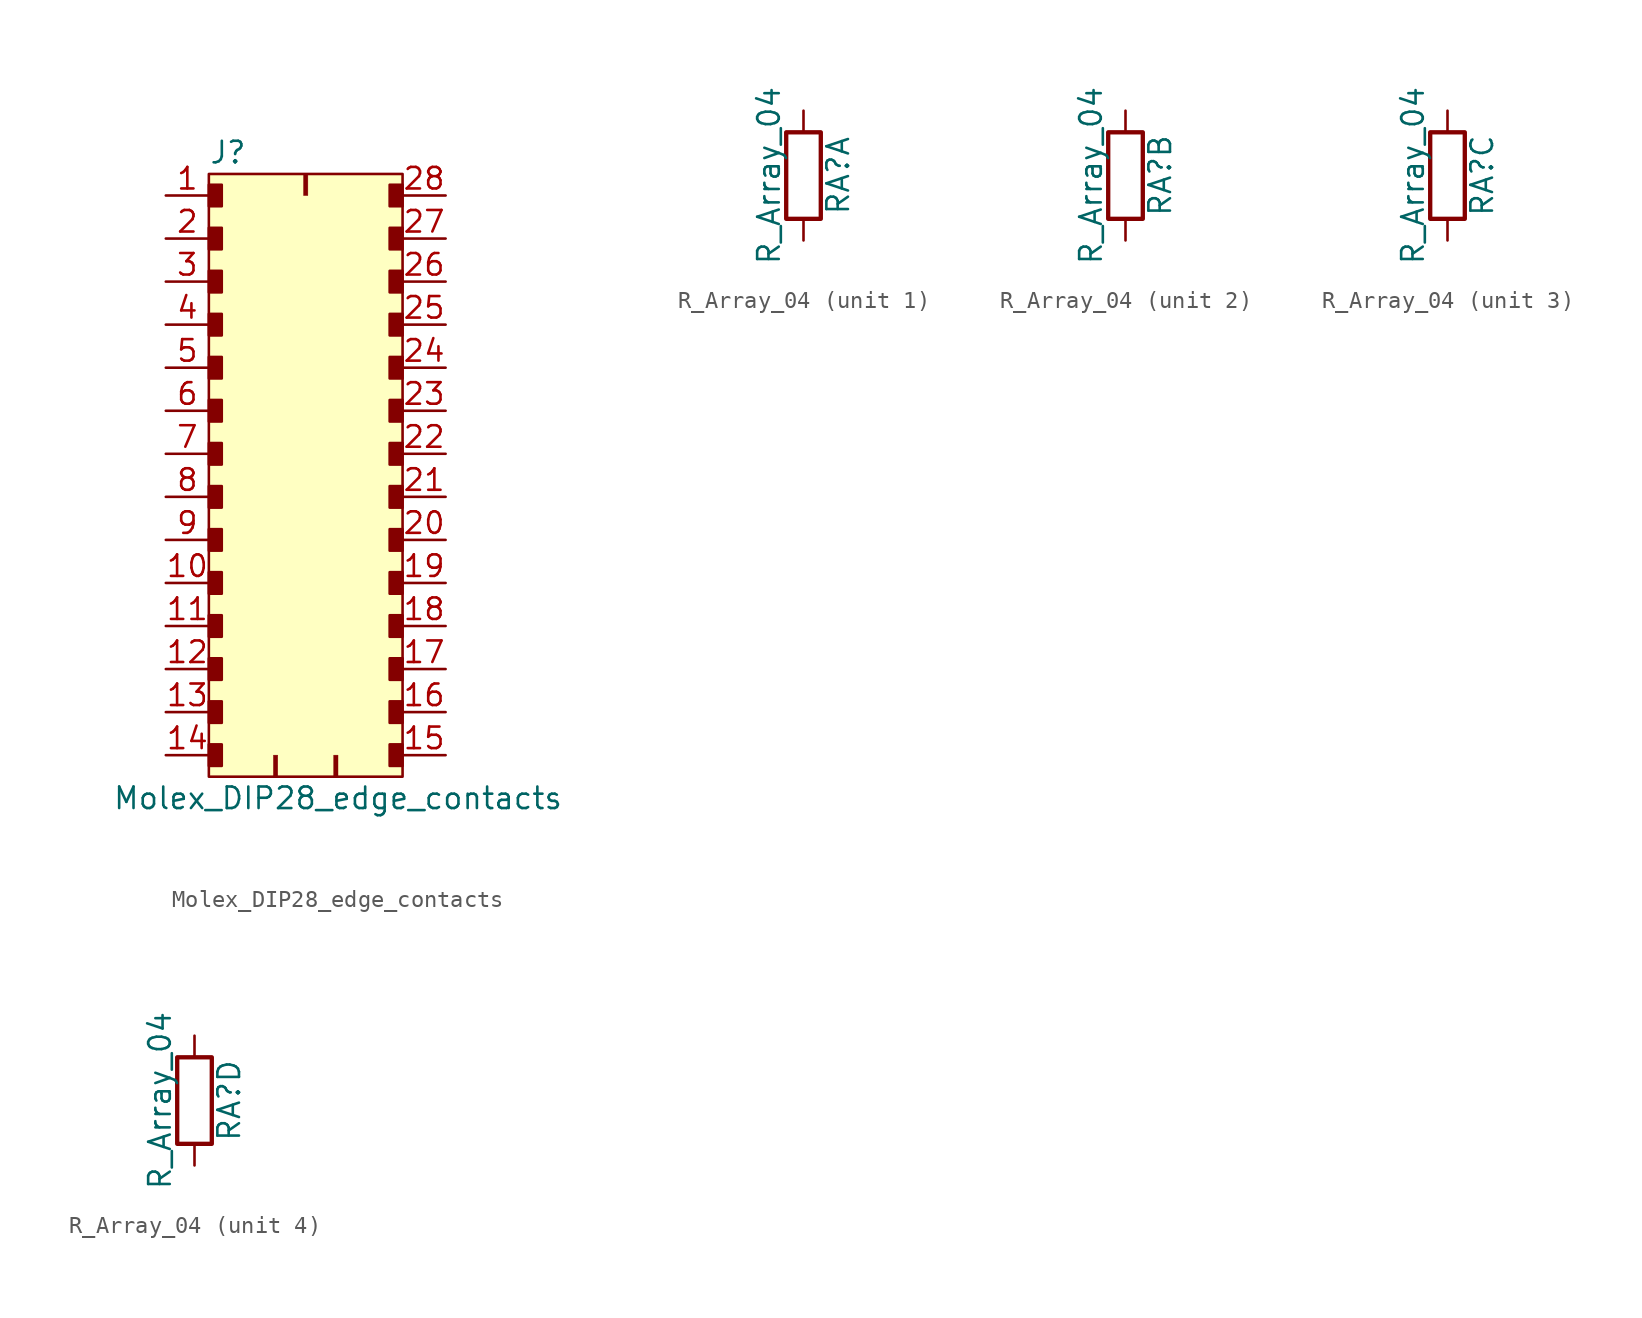
<source format=kicad_sym>
(kicad_symbol_lib
  (version 20220914)
  (generator kicad_symbol_editor)
  (symbol "Molex_DIP28_edge_contacts"
    (pin_names
      (offset 1.016))
    (property "Reference" "J"
      (at -7.62 19.05 0)
      (effects (font (size 1.27 1.27)) (justify left)))
    (property "Value" "Molex_DIP28_edge_contacts"
      (at 0 -19.05 0)
      (effects (font (size 1.27 1.27))))
    (symbol "Molex_DIP28_edge_contacts_0_1"
      (rectangle (start -3.81 -17.78) (end -3.556 -16.51) (stroke (width 0.025) (type default)) (fill (type outline)))
      (rectangle (start -2.032 17.78) (end -1.778 16.51) (stroke (width 0.025) (type default)) (fill (type outline)))
      (rectangle (start 0 -17.78) (end -0.254 -16.51) (stroke (width 0.025) (type default)) (fill (type outline))))
    (symbol "Molex_DIP28_edge_contacts_1_1"
      (rectangle (start -7.62 -15.875) (end -6.858 -17.145) (stroke (width 0) (type default)) (fill (type outline)))
      (rectangle (start -7.62 -13.335) (end -6.858 -14.605) (stroke (width 0) (type default)) (fill (type outline)))
      (rectangle (start -7.62 -10.795) (end -6.858 -12.065) (stroke (width 0) (type default)) (fill (type outline)))
      (rectangle (start -7.62 -8.255) (end -6.858 -9.525) (stroke (width 0) (type default)) (fill (type outline)))
      (rectangle (start -7.62 -5.715) (end -6.858 -6.985) (stroke (width 0) (type default)) (fill (type outline)))
      (rectangle (start -7.62 -3.175) (end -6.858 -4.445) (stroke (width 0) (type default)) (fill (type outline)))
      (rectangle (start -7.62 -0.635) (end -6.858 -1.905) (stroke (width 0) (type default)) (fill (type outline)))
      (rectangle (start -7.62 1.905) (end -6.858 0.635) (stroke (width 0) (type default)) (fill (type outline)))
      (rectangle (start -7.62 4.445) (end -6.858 3.175) (stroke (width 0) (type default)) (fill (type outline)))
      (rectangle (start -7.62 6.985) (end -6.858 5.715) (stroke (width 0) (type default)) (fill (type outline)))
      (rectangle (start -7.62 9.525) (end -6.858 8.255) (stroke (width 0) (type default)) (fill (type outline)))
      (rectangle (start -7.62 12.065) (end -6.858 10.795) (stroke (width 0) (type default)) (fill (type outline)))
      (rectangle (start -7.62 14.605) (end -6.858 13.335) (stroke (width 0) (type default)) (fill (type outline)))
      (rectangle (start -7.62 17.145) (end -6.858 15.875) (stroke (width 0) (type default)) (fill (type outline)))
      (rectangle (start -7.62 17.78) (end 3.81 -17.78) (stroke (width 0) (type default)) (fill (type background)))
      (rectangle (start 3.048 -15.875) (end 3.81 -17.145) (stroke (width 0) (type default)) (fill (type outline)))
      (rectangle (start 3.048 -13.335) (end 3.81 -14.605) (stroke (width 0) (type default)) (fill (type outline)))
      (rectangle (start 3.048 -10.795) (end 3.81 -12.065) (stroke (width 0) (type default)) (fill (type outline)))
      (rectangle (start 3.048 -8.255) (end 3.81 -9.525) (stroke (width 0) (type default)) (fill (type outline)))
      (rectangle (start 3.048 -5.715) (end 3.81 -6.985) (stroke (width 0) (type default)) (fill (type outline)))
      (rectangle (start 3.048 -3.175) (end 3.81 -4.445) (stroke (width 0) (type default)) (fill (type outline)))
      (rectangle (start 3.048 -0.635) (end 3.81 -1.905) (stroke (width 0) (type default)) (fill (type outline)))
      (rectangle (start 3.048 1.905) (end 3.81 0.635) (stroke (width 0) (type default)) (fill (type outline)))
      (rectangle (start 3.048 4.445) (end 3.81 3.175) (stroke (width 0) (type default)) (fill (type outline)))
      (rectangle (start 3.048 6.985) (end 3.81 5.715) (stroke (width 0) (type default)) (fill (type outline)))
      (rectangle (start 3.048 9.525) (end 3.81 8.255) (stroke (width 0) (type default)) (fill (type outline)))
      (rectangle (start 3.048 12.065) (end 3.81 10.795) (stroke (width 0) (type default)) (fill (type outline)))
      (rectangle (start 3.048 14.605) (end 3.81 13.335) (stroke (width 0) (type default)) (fill (type outline)))
      (rectangle (start 3.048 17.145) (end 3.81 15.875) (stroke (width 0) (type default)) (fill (type outline)))
      (pin passive line (at -10.16 16.51 0) (length 2.54) (name "~" (effects (font (size 1.27 1.27)))) (number "1" (effects (font (size 1.27 1.27)))))
      (pin passive line (at -10.16 -6.35 0) (length 2.54) (name "~" (effects (font (size 1.27 1.27)))) (number "10" (effects (font (size 1.27 1.27)))))
      (pin passive line (at -10.16 -8.89 0) (length 2.54) (name "~" (effects (font (size 1.27 1.27)))) (number "11" (effects (font (size 1.27 1.27)))))
      (pin passive line (at -10.16 -11.43 0) (length 2.54) (name "~" (effects (font (size 1.27 1.27)))) (number "12" (effects (font (size 1.27 1.27)))))
      (pin passive line (at -10.16 -13.97 0) (length 2.54) (name "~" (effects (font (size 1.27 1.27)))) (number "13" (effects (font (size 1.27 1.27)))))
      (pin passive line (at -10.16 -16.51 0) (length 2.54) (name "~" (effects (font (size 1.27 1.27)))) (number "14" (effects (font (size 1.27 1.27)))))
      (pin passive line (at 6.35 -16.51 180) (length 2.54) (name "~" (effects (font (size 1.27 1.27)))) (number "15" (effects (font (size 1.27 1.27)))))
      (pin passive line (at 6.35 -13.97 180) (length 2.54) (name "~" (effects (font (size 1.27 1.27)))) (number "16" (effects (font (size 1.27 1.27)))))
      (pin passive line (at 6.35 -11.43 180) (length 2.54) (name "~" (effects (font (size 1.27 1.27)))) (number "17" (effects (font (size 1.27 1.27)))))
      (pin passive line (at 6.35 -8.89 180) (length 2.54) (name "~" (effects (font (size 1.27 1.27)))) (number "18" (effects (font (size 1.27 1.27)))))
      (pin passive line (at 6.35 -6.35 180) (length 2.54) (name "~" (effects (font (size 1.27 1.27)))) (number "19" (effects (font (size 1.27 1.27)))))
      (pin passive line (at -10.16 13.97 0) (length 2.54) (name "~" (effects (font (size 1.27 1.27)))) (number "2" (effects (font (size 1.27 1.27)))))
      (pin passive line (at 6.35 -3.81 180) (length 2.54) (name "~" (effects (font (size 1.27 1.27)))) (number "20" (effects (font (size 1.27 1.27)))))
      (pin passive line (at 6.35 -1.27 180) (length 2.54) (name "~" (effects (font (size 1.27 1.27)))) (number "21" (effects (font (size 1.27 1.27)))))
      (pin passive line (at 6.35 1.27 180) (length 2.54) (name "~" (effects (font (size 1.27 1.27)))) (number "22" (effects (font (size 1.27 1.27)))))
      (pin passive line (at 6.35 3.81 180) (length 2.54) (name "~" (effects (font (size 1.27 1.27)))) (number "23" (effects (font (size 1.27 1.27)))))
      (pin passive line (at 6.35 6.35 180) (length 2.54) (name "~" (effects (font (size 1.27 1.27)))) (number "24" (effects (font (size 1.27 1.27)))))
      (pin passive line (at 6.35 8.89 180) (length 2.54) (name "~" (effects (font (size 1.27 1.27)))) (number "25" (effects (font (size 1.27 1.27)))))
      (pin passive line (at 6.35 11.43 180) (length 2.54) (name "~" (effects (font (size 1.27 1.27)))) (number "26" (effects (font (size 1.27 1.27)))))
      (pin passive line (at 6.35 13.97 180) (length 2.54) (name "~" (effects (font (size 1.27 1.27)))) (number "27" (effects (font (size 1.27 1.27)))))
      (pin passive line (at 6.35 16.51 180) (length 2.54) (name "~" (effects (font (size 1.27 1.27)))) (number "28" (effects (font (size 1.27 1.27)))))
      (pin passive line (at -10.16 11.43 0) (length 2.54) (name "~" (effects (font (size 1.27 1.27)))) (number "3" (effects (font (size 1.27 1.27)))))
      (pin passive line (at -10.16 8.89 0) (length 2.54) (name "~" (effects (font (size 1.27 1.27)))) (number "4" (effects (font (size 1.27 1.27)))))
      (pin passive line (at -10.16 6.35 0) (length 2.54) (name "~" (effects (font (size 1.27 1.27)))) (number "5" (effects (font (size 1.27 1.27)))))
      (pin passive line (at -10.16 3.81 0) (length 2.54) (name "~" (effects (font (size 1.27 1.27)))) (number "6" (effects (font (size 1.27 1.27)))))
      (pin passive line (at -10.16 1.27 0) (length 2.54) (name "~" (effects (font (size 1.27 1.27)))) (number "7" (effects (font (size 1.27 1.27)))))
      (pin passive line (at -10.16 -1.27 0) (length 2.54) (name "~" (effects (font (size 1.27 1.27)))) (number "8" (effects (font (size 1.27 1.27)))))
      (pin passive line (at -10.16 -3.81 0) (length 2.54) (name "~" (effects (font (size 1.27 1.27)))) (number "9" (effects (font (size 1.27 1.27)))))))
  (symbol "R_Array_04"
    (pin_numbers hide)
    (pin_names
      (offset 0) hide)
    (property "Reference" "RA"
      (at 2.032 0 90)
      (effects (font (size 1.27 1.27))))
    (property "Value" "R_Array_04"
      (at -2.032 0 90)
      (effects (font (size 1.27 1.27))))
    (symbol "R_Array_04_0_1"
      (rectangle (start 1.016 2.54) (end -1.016 -2.54) (stroke (width 0.254) (type default)) (fill (type none))))
    (symbol "R_Array_04_1_1"
      (pin passive line (at 0 3.81 270) (length 1.27) (name "R1.1" (effects (font (size 1.27 1.27)))) (number "1" (effects (font (size 1.27 1.27)))))
      (pin passive line (at 0 -3.81 90) (length 1.27) (name "R1.2" (effects (font (size 1.27 1.27)))) (number "8" (effects (font (size 1.27 1.27))))))
    (symbol "R_Array_04_2_1"
      (pin passive line (at 0 3.81 270) (length 1.27) (name "R2.1" (effects (font (size 1.27 1.27)))) (number "2" (effects (font (size 1.27 1.27)))))
      (pin passive line (at 0 -3.81 90) (length 1.27) (name "R2.2" (effects (font (size 1.27 1.27)))) (number "7" (effects (font (size 1.27 1.27))))))
    (symbol "R_Array_04_3_1"
      (pin passive line (at 0 3.81 270) (length 1.27) (name "R3.1" (effects (font (size 1.27 1.27)))) (number "3" (effects (font (size 1.27 1.27)))))
      (pin passive line (at 0 -3.81 90) (length 1.27) (name "R3.2" (effects (font (size 1.27 1.27)))) (number "6" (effects (font (size 1.27 1.27))))))
    (symbol "R_Array_04_4_1"
      (pin passive line (at 0 3.81 270) (length 1.27) (name "R4.1" (effects (font (size 1.27 1.27)))) (number "4" (effects (font (size 1.27 1.27)))))
      (pin passive line (at 0 -3.81 90) (length 1.27) (name "R4.2" (effects (font (size 1.27 1.27)))) (number "5" (effects (font (size 1.27 1.27))))))))
</source>
